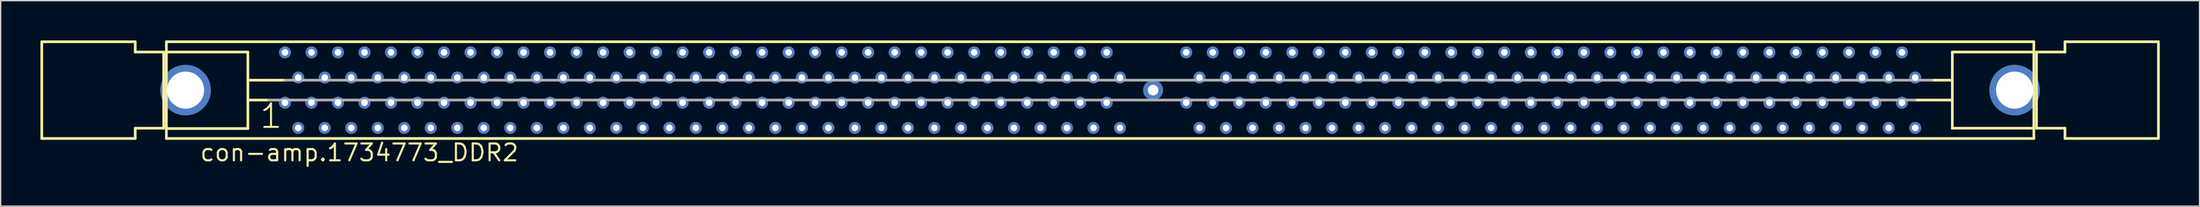
<source format=kicad_pcb>
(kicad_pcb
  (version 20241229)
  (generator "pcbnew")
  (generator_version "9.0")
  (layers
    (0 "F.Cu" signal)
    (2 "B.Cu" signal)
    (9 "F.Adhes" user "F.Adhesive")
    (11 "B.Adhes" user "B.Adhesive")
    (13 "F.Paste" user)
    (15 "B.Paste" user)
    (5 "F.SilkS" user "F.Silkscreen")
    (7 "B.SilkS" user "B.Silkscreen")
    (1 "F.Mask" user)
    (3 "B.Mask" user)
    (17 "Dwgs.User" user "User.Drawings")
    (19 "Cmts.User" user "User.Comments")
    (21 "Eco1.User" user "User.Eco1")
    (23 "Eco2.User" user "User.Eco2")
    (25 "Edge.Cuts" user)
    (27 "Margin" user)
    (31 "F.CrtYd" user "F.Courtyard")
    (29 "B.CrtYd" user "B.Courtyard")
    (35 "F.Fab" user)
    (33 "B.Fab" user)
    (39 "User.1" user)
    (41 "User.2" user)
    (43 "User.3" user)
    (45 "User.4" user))
  (footprint "con-amp.1734773_DDR2"
    (layer "F.Cu")
    (at 83.952 3.752)
    (property "Reference" "con-amp.1734773_DDR2" (at -72 5.46 0) (layer "F.SilkS") (effects (font (size 1.27 1.27) (thickness 0.16)) (justify left bottom)))
    (attr through_hole)
    (fp_line (start -83.85 -3.65) (end -76.8 -3.65) (stroke (width 0.203) (type default)) (layer "F.SilkS"))
    (fp_line (start -83.85 3.65) (end -83.85 -3.65) (stroke (width 0.203) (type default)) (layer "F.SilkS"))
    (fp_line (start -76.8 -3.65) (end -76.8 -2.875) (stroke (width 0.203) (type default)) (layer "F.SilkS"))
    (fp_line (start -76.8 -2.875) (end -74.65 -2.875) (stroke (width 0.203) (type default)) (layer "F.SilkS"))
    (fp_line (start -76.8 2.875) (end -76.8 3.65) (stroke (width 0.203) (type default)) (layer "F.SilkS"))
    (fp_line (start -76.8 3.65) (end -83.85 3.65) (stroke (width 0.203) (type default)) (layer "F.SilkS"))
    (fp_line (start -74.65 -2.875) (end -74.65 2.875) (stroke (width 0.203) (type default)) (layer "F.SilkS"))
    (fp_line (start -74.65 2.875) (end -76.8 2.875) (stroke (width 0.203) (type default)) (layer "F.SilkS"))
    (fp_line (start -74.45 -3.65) (end 66.45 -3.65) (stroke (width 0.203) (type default)) (layer "F.SilkS"))
    (fp_line (start -74.45 3.65) (end -74.45 -3.65) (stroke (width 0.203) (type default)) (layer "F.SilkS"))
    (fp_line (start -74.325 -2.875) (end -68.3 -2.875) (stroke (width 0.203) (type default)) (layer "F.SilkS"))
    (fp_line (start -68.3 -2.875) (end -68.3 2.9) (stroke (width 0.203) (type default)) (layer "F.SilkS"))
    (fp_line (start -68.3 2.9) (end -74.35 2.9) (stroke (width 0.203) (type default)) (layer "F.SilkS"))
    (fp_line (start -68.25 -0.75) (end -65.5 -0.75) (stroke (width 0.203) (type default)) (layer "F.SilkS"))
    (fp_line (start -66.75 0.75) (end -68.25 0.75) (stroke (width 0.203) (type default)) (layer "F.SilkS"))
    (fp_line (start 58.75 -0.75) (end 60.25 -0.75) (stroke (width 0.203) (type default)) (layer "F.SilkS"))
    (fp_line (start 60.25 0.75) (end 57.5 0.75) (stroke (width 0.203) (type default)) (layer "F.SilkS"))
    (fp_line (start 60.3 -2.875) (end 60.3 2.875) (stroke (width 0.203) (type default)) (layer "F.SilkS"))
    (fp_line (start 60.3 2.875) (end 66.35 2.875) (stroke (width 0.203) (type default)) (layer "F.SilkS"))
    (fp_line (start 66.35 -2.875) (end 60.3 -2.875) (stroke (width 0.203) (type default)) (layer "F.SilkS"))
    (fp_line (start 66.45 -3.65) (end 66.45 3.65) (stroke (width 0.203) (type default)) (layer "F.SilkS"))
    (fp_line (start 66.45 3.65) (end -74.45 3.65) (stroke (width 0.203) (type default)) (layer "F.SilkS"))
    (fp_line (start 66.65 -2.875) (end 68.8 -2.875) (stroke (width 0.203) (type default)) (layer "F.SilkS"))
    (fp_line (start 66.65 2.875) (end 66.65 -2.875) (stroke (width 0.203) (type default)) (layer "F.SilkS"))
    (fp_line (start 68.8 -3.65) (end 75.85 -3.65) (stroke (width 0.203) (type default)) (layer "F.SilkS"))
    (fp_line (start 68.8 -2.875) (end 68.8 -3.65) (stroke (width 0.203) (type default)) (layer "F.SilkS"))
    (fp_line (start 68.8 2.875) (end 66.65 2.875) (stroke (width 0.203) (type default)) (layer "F.SilkS"))
    (fp_line (start 68.8 3.65) (end 68.8 2.875) (stroke (width 0.203) (type default)) (layer "F.SilkS"))
    (fp_line (start 75.85 -3.65) (end 75.85 3.65) (stroke (width 0.203) (type default)) (layer "F.SilkS"))
    (fp_line (start 75.85 3.65) (end 68.8 3.65) (stroke (width 0.203) (type default)) (layer "F.SilkS"))
    (fp_line (start -65.5 -0.75) (end 58.75 -0.75) (stroke (width 0.203) (type default)) (layer "F.Fab"))
    (fp_line (start 57.5 0.75) (end -66.75 0.75) (stroke (width 0.203) (type default)) (layer "F.Fab"))
    (fp_text user "1" (at -67.5 3 0) (layer "F.SilkS") (effects (font (size 1.778 1.778) (thickness 0.15)) (justify left bottom)))
    (pad "1" thru_hole circle (at -64.5 2.85) (size 0.9 0.9) (drill 0.5) (layers "*.Cu" "*.Mask"))
    (pad "2" thru_hole circle (at -65.5 0.95) (size 0.9 0.9) (drill 0.5) (layers "*.Cu" "*.Mask"))
    (pad "3" thru_hole circle (at -62.5 2.85) (size 0.9 0.9) (drill 0.5) (layers "*.Cu" "*.Mask"))
    (pad "4" thru_hole circle (at -63.5 0.95) (size 0.9 0.9) (drill 0.5) (layers "*.Cu" "*.Mask"))
    (pad "5" thru_hole circle (at -60.5 2.85) (size 0.9 0.9) (drill 0.5) (layers "*.Cu" "*.Mask"))
    (pad "6" thru_hole circle (at -61.5 0.95) (size 0.9 0.9) (drill 0.5) (layers "*.Cu" "*.Mask"))
    (pad "7" thru_hole circle (at -58.5 2.85) (size 0.9 0.9) (drill 0.5) (layers "*.Cu" "*.Mask"))
    (pad "8" thru_hole circle (at -59.5 0.95) (size 0.9 0.9) (drill 0.5) (layers "*.Cu" "*.Mask"))
    (pad "9" thru_hole circle (at -56.5 2.85) (size 0.9 0.9) (drill 0.5) (layers "*.Cu" "*.Mask"))
    (pad "10" thru_hole circle (at -57.5 0.95) (size 0.9 0.9) (drill 0.5) (layers "*.Cu" "*.Mask"))
    (pad "11" thru_hole circle (at -54.5 2.85) (size 0.9 0.9) (drill 0.5) (layers "*.Cu" "*.Mask"))
    (pad "12" thru_hole circle (at -55.5 0.95) (size 0.9 0.9) (drill 0.5) (layers "*.Cu" "*.Mask"))
    (pad "13" thru_hole circle (at -52.5 2.85) (size 0.9 0.9) (drill 0.5) (layers "*.Cu" "*.Mask"))
    (pad "14" thru_hole circle (at -53.5 0.95) (size 0.9 0.9) (drill 0.5) (layers "*.Cu" "*.Mask"))
    (pad "15" thru_hole circle (at -50.5 2.85) (size 0.9 0.9) (drill 0.5) (layers "*.Cu" "*.Mask"))
    (pad "16" thru_hole circle (at -51.5 0.95) (size 0.9 0.9) (drill 0.5) (layers "*.Cu" "*.Mask"))
    (pad "17" thru_hole circle (at -48.5 2.85) (size 0.9 0.9) (drill 0.5) (layers "*.Cu" "*.Mask"))
    (pad "18" thru_hole circle (at -49.5 0.95) (size 0.9 0.9) (drill 0.5) (layers "*.Cu" "*.Mask"))
    (pad "19" thru_hole circle (at -46.5 2.85) (size 0.9 0.9) (drill 0.5) (layers "*.Cu" "*.Mask"))
    (pad "20" thru_hole circle (at -47.5 0.95) (size 0.9 0.9) (drill 0.5) (layers "*.Cu" "*.Mask"))
    (pad "21" thru_hole circle (at -44.5 2.85) (size 0.9 0.9) (drill 0.5) (layers "*.Cu" "*.Mask"))
    (pad "22" thru_hole circle (at -45.5 0.95) (size 0.9 0.9) (drill 0.5) (layers "*.Cu" "*.Mask"))
    (pad "23" thru_hole circle (at -42.5 2.85) (size 0.9 0.9) (drill 0.5) (layers "*.Cu" "*.Mask"))
    (pad "24" thru_hole circle (at -43.5 0.95) (size 0.9 0.9) (drill 0.5) (layers "*.Cu" "*.Mask"))
    (pad "25" thru_hole circle (at -40.5 2.85) (size 0.9 0.9) (drill 0.5) (layers "*.Cu" "*.Mask"))
    (pad "26" thru_hole circle (at -41.5 0.95) (size 0.9 0.9) (drill 0.5) (layers "*.Cu" "*.Mask"))
    (pad "27" thru_hole circle (at -38.5 2.85) (size 0.9 0.9) (drill 0.5) (layers "*.Cu" "*.Mask"))
    (pad "28" thru_hole circle (at -39.5 0.95) (size 0.9 0.9) (drill 0.5) (layers "*.Cu" "*.Mask"))
    (pad "29" thru_hole circle (at -36.5 2.85) (size 0.9 0.9) (drill 0.5) (layers "*.Cu" "*.Mask"))
    (pad "30" thru_hole circle (at -37.5 0.95) (size 0.9 0.9) (drill 0.5) (layers "*.Cu" "*.Mask"))
    (pad "31" thru_hole circle (at -34.5 2.85) (size 0.9 0.9) (drill 0.5) (layers "*.Cu" "*.Mask"))
    (pad "32" thru_hole circle (at -35.5 0.95) (size 0.9 0.9) (drill 0.5) (layers "*.Cu" "*.Mask"))
    (pad "33" thru_hole circle (at -32.5 2.85) (size 0.9 0.9) (drill 0.5) (layers "*.Cu" "*.Mask"))
    (pad "34" thru_hole circle (at -33.5 0.95) (size 0.9 0.9) (drill 0.5) (layers "*.Cu" "*.Mask"))
    (pad "35" thru_hole circle (at -30.5 2.85) (size 0.9 0.9) (drill 0.5) (layers "*.Cu" "*.Mask"))
    (pad "36" thru_hole circle (at -31.5 0.95) (size 0.9 0.9) (drill 0.5) (layers "*.Cu" "*.Mask"))
    (pad "37" thru_hole circle (at -28.5 2.85) (size 0.9 0.9) (drill 0.5) (layers "*.Cu" "*.Mask"))
    (pad "38" thru_hole circle (at -29.5 0.95) (size 0.9 0.9) (drill 0.5) (layers "*.Cu" "*.Mask"))
    (pad "39" thru_hole circle (at -26.5 2.85) (size 0.9 0.9) (drill 0.5) (layers "*.Cu" "*.Mask"))
    (pad "40" thru_hole circle (at -27.5 0.95) (size 0.9 0.9) (drill 0.5) (layers "*.Cu" "*.Mask"))
    (pad "41" thru_hole circle (at -24.5 2.85) (size 0.9 0.9) (drill 0.5) (layers "*.Cu" "*.Mask"))
    (pad "42" thru_hole circle (at -25.5 0.95) (size 0.9 0.9) (drill 0.5) (layers "*.Cu" "*.Mask"))
    (pad "43" thru_hole circle (at -22.5 2.85) (size 0.9 0.9) (drill 0.5) (layers "*.Cu" "*.Mask"))
    (pad "44" thru_hole circle (at -23.5 0.95) (size 0.9 0.9) (drill 0.5) (layers "*.Cu" "*.Mask"))
    (pad "45" thru_hole circle (at -20.5 2.85) (size 0.9 0.9) (drill 0.5) (layers "*.Cu" "*.Mask"))
    (pad "46" thru_hole circle (at -21.5 0.95) (size 0.9 0.9) (drill 0.5) (layers "*.Cu" "*.Mask"))
    (pad "47" thru_hole circle (at -18.5 2.85) (size 0.9 0.9) (drill 0.5) (layers "*.Cu" "*.Mask"))
    (pad "48" thru_hole circle (at -19.5 0.95) (size 0.9 0.9) (drill 0.5) (layers "*.Cu" "*.Mask"))
    (pad "49" thru_hole circle (at -16.5 2.85) (size 0.9 0.9) (drill 0.5) (layers "*.Cu" "*.Mask"))
    (pad "50" thru_hole circle (at -17.5 0.95) (size 0.9 0.9) (drill 0.5) (layers "*.Cu" "*.Mask"))
    (pad "51" thru_hole circle (at -14.5 2.85) (size 0.9 0.9) (drill 0.5) (layers "*.Cu" "*.Mask"))
    (pad "52" thru_hole circle (at -15.5 0.95) (size 0.9 0.9) (drill 0.5) (layers "*.Cu" "*.Mask"))
    (pad "53" thru_hole circle (at -12.5 2.85) (size 0.9 0.9) (drill 0.5) (layers "*.Cu" "*.Mask"))
    (pad "54" thru_hole circle (at -13.5 0.95) (size 0.9 0.9) (drill 0.5) (layers "*.Cu" "*.Mask"))
    (pad "55" thru_hole circle (at -10.5 2.85) (size 0.9 0.9) (drill 0.5) (layers "*.Cu" "*.Mask"))
    (pad "56" thru_hole circle (at -11.5 0.95) (size 0.9 0.9) (drill 0.5) (layers "*.Cu" "*.Mask"))
    (pad "57" thru_hole circle (at -8.5 2.85) (size 0.9 0.9) (drill 0.5) (layers "*.Cu" "*.Mask"))
    (pad "58" thru_hole circle (at -9.5 0.95) (size 0.9 0.9) (drill 0.5) (layers "*.Cu" "*.Mask"))
    (pad "59" thru_hole circle (at -6.5 2.85) (size 0.9 0.9) (drill 0.5) (layers "*.Cu" "*.Mask"))
    (pad "60" thru_hole circle (at -7.5 0.95) (size 0.9 0.9) (drill 0.5) (layers "*.Cu" "*.Mask"))
    (pad "61" thru_hole circle (at -4.5 2.85) (size 0.9 0.9) (drill 0.5) (layers "*.Cu" "*.Mask"))
    (pad "62" thru_hole circle (at -5.5 0.95) (size 0.9 0.9) (drill 0.5) (layers "*.Cu" "*.Mask"))
    (pad "63" thru_hole circle (at -2.5 2.85) (size 0.9 0.9) (drill 0.5) (layers "*.Cu" "*.Mask"))
    (pad "64" thru_hole circle (at -3.5 0.95) (size 0.9 0.9) (drill 0.5) (layers "*.Cu" "*.Mask"))
    (pad "65" thru_hole circle (at 3.5 2.85) (size 0.9 0.9) (drill 0.5) (layers "*.Cu" "*.Mask"))
    (pad "66" thru_hole circle (at 2.5 0.95) (size 0.9 0.9) (drill 0.5) (layers "*.Cu" "*.Mask"))
    (pad "67" thru_hole circle (at 5.5 2.85) (size 0.9 0.9) (drill 0.5) (layers "*.Cu" "*.Mask"))
    (pad "68" thru_hole circle (at 4.5 0.95) (size 0.9 0.9) (drill 0.5) (layers "*.Cu" "*.Mask"))
    (pad "69" thru_hole circle (at 7.5 2.85) (size 0.9 0.9) (drill 0.5) (layers "*.Cu" "*.Mask"))
    (pad "70" thru_hole circle (at 6.5 0.95) (size 0.9 0.9) (drill 0.5) (layers "*.Cu" "*.Mask"))
    (pad "71" thru_hole circle (at 9.5 2.85) (size 0.9 0.9) (drill 0.5) (layers "*.Cu" "*.Mask"))
    (pad "72" thru_hole circle (at 8.5 0.95) (size 0.9 0.9) (drill 0.5) (layers "*.Cu" "*.Mask"))
    (pad "73" thru_hole circle (at 11.5 2.85) (size 0.9 0.9) (drill 0.5) (layers "*.Cu" "*.Mask"))
    (pad "74" thru_hole circle (at 10.5 0.95) (size 0.9 0.9) (drill 0.5) (layers "*.Cu" "*.Mask"))
    (pad "75" thru_hole circle (at 13.5 2.85) (size 0.9 0.9) (drill 0.5) (layers "*.Cu" "*.Mask"))
    (pad "76" thru_hole circle (at 12.5 0.95) (size 0.9 0.9) (drill 0.5) (layers "*.Cu" "*.Mask"))
    (pad "77" thru_hole circle (at 15.5 2.85) (size 0.9 0.9) (drill 0.5) (layers "*.Cu" "*.Mask"))
    (pad "78" thru_hole circle (at 14.5 0.95) (size 0.9 0.9) (drill 0.5) (layers "*.Cu" "*.Mask"))
    (pad "79" thru_hole circle (at 17.5 2.85) (size 0.9 0.9) (drill 0.5) (layers "*.Cu" "*.Mask"))
    (pad "80" thru_hole circle (at 16.5 0.95) (size 0.9 0.9) (drill 0.5) (layers "*.Cu" "*.Mask"))
    (pad "81" thru_hole circle (at 19.5 2.85) (size 0.9 0.9) (drill 0.5) (layers "*.Cu" "*.Mask"))
    (pad "82" thru_hole circle (at 18.5 0.95) (size 0.9 0.9) (drill 0.5) (layers "*.Cu" "*.Mask"))
    (pad "83" thru_hole circle (at 21.5 2.85) (size 0.9 0.9) (drill 0.5) (layers "*.Cu" "*.Mask"))
    (pad "84" thru_hole circle (at 20.5 0.95) (size 0.9 0.9) (drill 0.5) (layers "*.Cu" "*.Mask"))
    (pad "85" thru_hole circle (at 23.5 2.85) (size 0.9 0.9) (drill 0.5) (layers "*.Cu" "*.Mask"))
    (pad "86" thru_hole circle (at 22.5 0.95) (size 0.9 0.9) (drill 0.5) (layers "*.Cu" "*.Mask"))
    (pad "87" thru_hole circle (at 25.5 2.85) (size 0.9 0.9) (drill 0.5) (layers "*.Cu" "*.Mask"))
    (pad "88" thru_hole circle (at 24.5 0.95) (size 0.9 0.9) (drill 0.5) (layers "*.Cu" "*.Mask"))
    (pad "89" thru_hole circle (at 27.5 2.85) (size 0.9 0.9) (drill 0.5) (layers "*.Cu" "*.Mask"))
    (pad "90" thru_hole circle (at 26.5 0.95) (size 0.9 0.9) (drill 0.5) (layers "*.Cu" "*.Mask"))
    (pad "91" thru_hole circle (at 29.5 2.85) (size 0.9 0.9) (drill 0.5) (layers "*.Cu" "*.Mask"))
    (pad "92" thru_hole circle (at 28.5 0.95) (size 0.9 0.9) (drill 0.5) (layers "*.Cu" "*.Mask"))
    (pad "93" thru_hole circle (at 31.5 2.85) (size 0.9 0.9) (drill 0.5) (layers "*.Cu" "*.Mask"))
    (pad "94" thru_hole circle (at 30.5 0.95) (size 0.9 0.9) (drill 0.5) (layers "*.Cu" "*.Mask"))
    (pad "95" thru_hole circle (at 33.5 2.85) (size 0.9 0.9) (drill 0.5) (layers "*.Cu" "*.Mask"))
    (pad "96" thru_hole circle (at 32.5 0.95) (size 0.9 0.9) (drill 0.5) (layers "*.Cu" "*.Mask"))
    (pad "97" thru_hole circle (at 35.5 2.85) (size 0.9 0.9) (drill 0.5) (layers "*.Cu" "*.Mask"))
    (pad "98" thru_hole circle (at 34.5 0.95) (size 0.9 0.9) (drill 0.5) (layers "*.Cu" "*.Mask"))
    (pad "99" thru_hole circle (at 37.5 2.85) (size 0.9 0.9) (drill 0.5) (layers "*.Cu" "*.Mask"))
    (pad "100" thru_hole circle (at 36.5 0.95) (size 0.9 0.9) (drill 0.5) (layers "*.Cu" "*.Mask"))
    (pad "101" thru_hole circle (at 39.5 2.85) (size 0.9 0.9) (drill 0.5) (layers "*.Cu" "*.Mask"))
    (pad "102" thru_hole circle (at 38.5 0.95) (size 0.9 0.9) (drill 0.5) (layers "*.Cu" "*.Mask"))
    (pad "103" thru_hole circle (at 41.5 2.85) (size 0.9 0.9) (drill 0.5) (layers "*.Cu" "*.Mask"))
    (pad "104" thru_hole circle (at 40.5 0.95) (size 0.9 0.9) (drill 0.5) (layers "*.Cu" "*.Mask"))
    (pad "105" thru_hole circle (at 43.5 2.85) (size 0.9 0.9) (drill 0.5) (layers "*.Cu" "*.Mask"))
    (pad "106" thru_hole circle (at 42.5 0.95) (size 0.9 0.9) (drill 0.5) (layers "*.Cu" "*.Mask"))
    (pad "107" thru_hole circle (at 45.5 2.85) (size 0.9 0.9) (drill 0.5) (layers "*.Cu" "*.Mask"))
    (pad "108" thru_hole circle (at 44.5 0.95) (size 0.9 0.9) (drill 0.5) (layers "*.Cu" "*.Mask"))
    (pad "109" thru_hole circle (at 47.5 2.85) (size 0.9 0.9) (drill 0.5) (layers "*.Cu" "*.Mask"))
    (pad "110" thru_hole circle (at 46.5 0.95) (size 0.9 0.9) (drill 0.5) (layers "*.Cu" "*.Mask"))
    (pad "111" thru_hole circle (at 49.5 2.85) (size 0.9 0.9) (drill 0.5) (layers "*.Cu" "*.Mask"))
    (pad "112" thru_hole circle (at 48.5 0.95) (size 0.9 0.9) (drill 0.5) (layers "*.Cu" "*.Mask"))
    (pad "113" thru_hole circle (at 51.5 2.85) (size 0.9 0.9) (drill 0.5) (layers "*.Cu" "*.Mask"))
    (pad "114" thru_hole circle (at 50.5 0.95) (size 0.9 0.9) (drill 0.5) (layers "*.Cu" "*.Mask"))
    (pad "115" thru_hole circle (at 53.5 2.85) (size 0.9 0.9) (drill 0.5) (layers "*.Cu" "*.Mask"))
    (pad "116" thru_hole circle (at 52.5 0.95) (size 0.9 0.9) (drill 0.5) (layers "*.Cu" "*.Mask"))
    (pad "117" thru_hole circle (at 55.5 2.85) (size 0.9 0.9) (drill 0.5) (layers "*.Cu" "*.Mask"))
    (pad "118" thru_hole circle (at 54.5 0.95) (size 0.9 0.9) (drill 0.5) (layers "*.Cu" "*.Mask"))
    (pad "119" thru_hole circle (at 57.5 2.85) (size 0.9 0.9) (drill 0.5) (layers "*.Cu" "*.Mask"))
    (pad "120" thru_hole circle (at 56.5 0.95) (size 0.9 0.9) (drill 0.5) (layers "*.Cu" "*.Mask"))
    (pad "121" thru_hole circle (at -64.5 -0.95) (size 0.9 0.9) (drill 0.5) (layers "*.Cu" "*.Mask"))
    (pad "122" thru_hole circle (at -65.5 -2.85) (size 0.9 0.9) (drill 0.5) (layers "*.Cu" "*.Mask"))
    (pad "123" thru_hole circle (at -62.5 -0.95) (size 0.9 0.9) (drill 0.5) (layers "*.Cu" "*.Mask"))
    (pad "124" thru_hole circle (at -63.5 -2.85) (size 0.9 0.9) (drill 0.5) (layers "*.Cu" "*.Mask"))
    (pad "125" thru_hole circle (at -60.5 -0.95) (size 0.9 0.9) (drill 0.5) (layers "*.Cu" "*.Mask"))
    (pad "126" thru_hole circle (at -61.5 -2.85) (size 0.9 0.9) (drill 0.5) (layers "*.Cu" "*.Mask"))
    (pad "127" thru_hole circle (at -58.5 -0.95) (size 0.9 0.9) (drill 0.5) (layers "*.Cu" "*.Mask"))
    (pad "128" thru_hole circle (at -59.5 -2.85) (size 0.9 0.9) (drill 0.5) (layers "*.Cu" "*.Mask"))
    (pad "129" thru_hole circle (at -56.5 -0.95) (size 0.9 0.9) (drill 0.5) (layers "*.Cu" "*.Mask"))
    (pad "130" thru_hole circle (at -57.5 -2.85) (size 0.9 0.9) (drill 0.5) (layers "*.Cu" "*.Mask"))
    (pad "131" thru_hole circle (at -54.5 -0.95) (size 0.9 0.9) (drill 0.5) (layers "*.Cu" "*.Mask"))
    (pad "132" thru_hole circle (at -55.5 -2.85) (size 0.9 0.9) (drill 0.5) (layers "*.Cu" "*.Mask"))
    (pad "133" thru_hole circle (at -52.5 -0.95) (size 0.9 0.9) (drill 0.5) (layers "*.Cu" "*.Mask"))
    (pad "134" thru_hole circle (at -53.5 -2.85) (size 0.9 0.9) (drill 0.5) (layers "*.Cu" "*.Mask"))
    (pad "135" thru_hole circle (at -50.5 -0.95) (size 0.9 0.9) (drill 0.5) (layers "*.Cu" "*.Mask"))
    (pad "136" thru_hole circle (at -51.5 -2.85) (size 0.9 0.9) (drill 0.5) (layers "*.Cu" "*.Mask"))
    (pad "137" thru_hole circle (at -48.5 -0.95) (size 0.9 0.9) (drill 0.5) (layers "*.Cu" "*.Mask"))
    (pad "138" thru_hole circle (at -49.5 -2.85) (size 0.9 0.9) (drill 0.5) (layers "*.Cu" "*.Mask"))
    (pad "139" thru_hole circle (at -46.5 -0.95) (size 0.9 0.9) (drill 0.5) (layers "*.Cu" "*.Mask"))
    (pad "140" thru_hole circle (at -47.5 -2.85) (size 0.9 0.9) (drill 0.5) (layers "*.Cu" "*.Mask"))
    (pad "141" thru_hole circle (at -44.5 -0.95) (size 0.9 0.9) (drill 0.5) (layers "*.Cu" "*.Mask"))
    (pad "142" thru_hole circle (at -45.5 -2.85) (size 0.9 0.9) (drill 0.5) (layers "*.Cu" "*.Mask"))
    (pad "143" thru_hole circle (at -42.5 -0.95) (size 0.9 0.9) (drill 0.5) (layers "*.Cu" "*.Mask"))
    (pad "144" thru_hole circle (at -43.5 -2.85) (size 0.9 0.9) (drill 0.5) (layers "*.Cu" "*.Mask"))
    (pad "145" thru_hole circle (at -40.5 -0.95) (size 0.9 0.9) (drill 0.5) (layers "*.Cu" "*.Mask"))
    (pad "146" thru_hole circle (at -41.5 -2.85) (size 0.9 0.9) (drill 0.5) (layers "*.Cu" "*.Mask"))
    (pad "147" thru_hole circle (at -38.5 -0.95) (size 0.9 0.9) (drill 0.5) (layers "*.Cu" "*.Mask"))
    (pad "148" thru_hole circle (at -39.5 -2.85) (size 0.9 0.9) (drill 0.5) (layers "*.Cu" "*.Mask"))
    (pad "149" thru_hole circle (at -36.5 -0.95) (size 0.9 0.9) (drill 0.5) (layers "*.Cu" "*.Mask"))
    (pad "150" thru_hole circle (at -37.5 -2.85) (size 0.9 0.9) (drill 0.5) (layers "*.Cu" "*.Mask"))
    (pad "151" thru_hole circle (at -34.5 -0.95) (size 0.9 0.9) (drill 0.5) (layers "*.Cu" "*.Mask"))
    (pad "152" thru_hole circle (at -35.5 -2.85) (size 0.9 0.9) (drill 0.5) (layers "*.Cu" "*.Mask"))
    (pad "153" thru_hole circle (at -32.5 -0.95) (size 0.9 0.9) (drill 0.5) (layers "*.Cu" "*.Mask"))
    (pad "154" thru_hole circle (at -33.5 -2.85) (size 0.9 0.9) (drill 0.5) (layers "*.Cu" "*.Mask"))
    (pad "155" thru_hole circle (at -30.5 -0.95) (size 0.9 0.9) (drill 0.5) (layers "*.Cu" "*.Mask"))
    (pad "156" thru_hole circle (at -31.5 -2.85) (size 0.9 0.9) (drill 0.5) (layers "*.Cu" "*.Mask"))
    (pad "157" thru_hole circle (at -28.5 -0.95) (size 0.9 0.9) (drill 0.5) (layers "*.Cu" "*.Mask"))
    (pad "158" thru_hole circle (at -29.5 -2.85) (size 0.9 0.9) (drill 0.5) (layers "*.Cu" "*.Mask"))
    (pad "159" thru_hole circle (at -26.5 -0.95) (size 0.9 0.9) (drill 0.5) (layers "*.Cu" "*.Mask"))
    (pad "160" thru_hole circle (at -27.5 -2.85) (size 0.9 0.9) (drill 0.5) (layers "*.Cu" "*.Mask"))
    (pad "161" thru_hole circle (at -24.5 -0.95) (size 0.9 0.9) (drill 0.5) (layers "*.Cu" "*.Mask"))
    (pad "162" thru_hole circle (at -25.5 -2.85) (size 0.9 0.9) (drill 0.5) (layers "*.Cu" "*.Mask"))
    (pad "163" thru_hole circle (at -22.5 -0.95) (size 0.9 0.9) (drill 0.5) (layers "*.Cu" "*.Mask"))
    (pad "164" thru_hole circle (at -23.5 -2.85) (size 0.9 0.9) (drill 0.5) (layers "*.Cu" "*.Mask"))
    (pad "165" thru_hole circle (at -20.5 -0.95) (size 0.9 0.9) (drill 0.5) (layers "*.Cu" "*.Mask"))
    (pad "166" thru_hole circle (at -21.5 -2.85) (size 0.9 0.9) (drill 0.5) (layers "*.Cu" "*.Mask"))
    (pad "167" thru_hole circle (at -18.5 -0.95) (size 0.9 0.9) (drill 0.5) (layers "*.Cu" "*.Mask"))
    (pad "168" thru_hole circle (at -19.5 -2.85) (size 0.9 0.9) (drill 0.5) (layers "*.Cu" "*.Mask"))
    (pad "169" thru_hole circle (at -16.5 -0.95) (size 0.9 0.9) (drill 0.5) (layers "*.Cu" "*.Mask"))
    (pad "170" thru_hole circle (at -17.5 -2.85) (size 0.9 0.9) (drill 0.5) (layers "*.Cu" "*.Mask"))
    (pad "171" thru_hole circle (at -14.5 -0.95) (size 0.9 0.9) (drill 0.5) (layers "*.Cu" "*.Mask"))
    (pad "172" thru_hole circle (at -15.5 -2.85) (size 0.9 0.9) (drill 0.5) (layers "*.Cu" "*.Mask"))
    (pad "173" thru_hole circle (at -12.5 -0.95) (size 0.9 0.9) (drill 0.5) (layers "*.Cu" "*.Mask"))
    (pad "174" thru_hole circle (at -13.5 -2.85) (size 0.9 0.9) (drill 0.5) (layers "*.Cu" "*.Mask"))
    (pad "175" thru_hole circle (at -10.5 -0.95) (size 0.9 0.9) (drill 0.5) (layers "*.Cu" "*.Mask"))
    (pad "176" thru_hole circle (at -11.5 -2.85) (size 0.9 0.9) (drill 0.5) (layers "*.Cu" "*.Mask"))
    (pad "177" thru_hole circle (at -8.5 -0.95) (size 0.9 0.9) (drill 0.5) (layers "*.Cu" "*.Mask"))
    (pad "178" thru_hole circle (at -9.5 -2.85) (size 0.9 0.9) (drill 0.5) (layers "*.Cu" "*.Mask"))
    (pad "179" thru_hole circle (at -6.5 -0.95) (size 0.9 0.9) (drill 0.5) (layers "*.Cu" "*.Mask"))
    (pad "180" thru_hole circle (at -7.5 -2.85) (size 0.9 0.9) (drill 0.5) (layers "*.Cu" "*.Mask"))
    (pad "181" thru_hole circle (at -4.5 -0.95) (size 0.9 0.9) (drill 0.5) (layers "*.Cu" "*.Mask"))
    (pad "182" thru_hole circle (at -5.5 -2.85) (size 0.9 0.9) (drill 0.5) (layers "*.Cu" "*.Mask"))
    (pad "183" thru_hole circle (at -2.5 -0.95) (size 0.9 0.9) (drill 0.5) (layers "*.Cu" "*.Mask"))
    (pad "184" thru_hole circle (at -3.5 -2.85) (size 0.9 0.9) (drill 0.5) (layers "*.Cu" "*.Mask"))
    (pad "185" thru_hole circle (at 3.5 -0.95) (size 0.9 0.9) (drill 0.5) (layers "*.Cu" "*.Mask"))
    (pad "186" thru_hole circle (at 2.5 -2.85) (size 0.9 0.9) (drill 0.5) (layers "*.Cu" "*.Mask"))
    (pad "187" thru_hole circle (at 5.5 -0.95) (size 0.9 0.9) (drill 0.5) (layers "*.Cu" "*.Mask"))
    (pad "188" thru_hole circle (at 4.5 -2.85) (size 0.9 0.9) (drill 0.5) (layers "*.Cu" "*.Mask"))
    (pad "189" thru_hole circle (at 7.5 -0.95) (size 0.9 0.9) (drill 0.5) (layers "*.Cu" "*.Mask"))
    (pad "190" thru_hole circle (at 6.5 -2.85) (size 0.9 0.9) (drill 0.5) (layers "*.Cu" "*.Mask"))
    (pad "191" thru_hole circle (at 9.5 -0.95) (size 0.9 0.9) (drill 0.5) (layers "*.Cu" "*.Mask"))
    (pad "192" thru_hole circle (at 8.5 -2.85) (size 0.9 0.9) (drill 0.5) (layers "*.Cu" "*.Mask"))
    (pad "193" thru_hole circle (at 11.5 -0.95) (size 0.9 0.9) (drill 0.5) (layers "*.Cu" "*.Mask"))
    (pad "194" thru_hole circle (at 10.5 -2.85) (size 0.9 0.9) (drill 0.5) (layers "*.Cu" "*.Mask"))
    (pad "195" thru_hole circle (at 13.5 -0.95) (size 0.9 0.9) (drill 0.5) (layers "*.Cu" "*.Mask"))
    (pad "196" thru_hole circle (at 12.5 -2.85) (size 0.9 0.9) (drill 0.5) (layers "*.Cu" "*.Mask"))
    (pad "197" thru_hole circle (at 15.5 -0.95) (size 0.9 0.9) (drill 0.5) (layers "*.Cu" "*.Mask"))
    (pad "198" thru_hole circle (at 14.5 -2.85) (size 0.9 0.9) (drill 0.5) (layers "*.Cu" "*.Mask"))
    (pad "199" thru_hole circle (at 17.5 -0.95) (size 0.9 0.9) (drill 0.5) (layers "*.Cu" "*.Mask"))
    (pad "200" thru_hole circle (at 16.5 -2.85) (size 0.9 0.9) (drill 0.5) (layers "*.Cu" "*.Mask"))
    (pad "201" thru_hole circle (at 19.5 -0.95) (size 0.9 0.9) (drill 0.5) (layers "*.Cu" "*.Mask"))
    (pad "202" thru_hole circle (at 18.5 -2.85) (size 0.9 0.9) (drill 0.5) (layers "*.Cu" "*.Mask"))
    (pad "203" thru_hole circle (at 21.5 -0.95) (size 0.9 0.9) (drill 0.5) (layers "*.Cu" "*.Mask"))
    (pad "204" thru_hole circle (at 20.5 -2.85) (size 0.9 0.9) (drill 0.5) (layers "*.Cu" "*.Mask"))
    (pad "205" thru_hole circle (at 23.5 -0.95) (size 0.9 0.9) (drill 0.5) (layers "*.Cu" "*.Mask"))
    (pad "206" thru_hole circle (at 22.5 -2.85) (size 0.9 0.9) (drill 0.5) (layers "*.Cu" "*.Mask"))
    (pad "207" thru_hole circle (at 25.5 -0.95) (size 0.9 0.9) (drill 0.5) (layers "*.Cu" "*.Mask"))
    (pad "208" thru_hole circle (at 24.5 -2.85) (size 0.9 0.9) (drill 0.5) (layers "*.Cu" "*.Mask"))
    (pad "209" thru_hole circle (at 27.5 -0.95) (size 0.9 0.9) (drill 0.5) (layers "*.Cu" "*.Mask"))
    (pad "210" thru_hole circle (at 26.5 -2.85) (size 0.9 0.9) (drill 0.5) (layers "*.Cu" "*.Mask"))
    (pad "211" thru_hole circle (at 29.5 -0.95) (size 0.9 0.9) (drill 0.5) (layers "*.Cu" "*.Mask"))
    (pad "212" thru_hole circle (at 28.5 -2.85) (size 0.9 0.9) (drill 0.5) (layers "*.Cu" "*.Mask"))
    (pad "213" thru_hole circle (at 31.5 -0.95) (size 0.9 0.9) (drill 0.5) (layers "*.Cu" "*.Mask"))
    (pad "214" thru_hole circle (at 30.5 -2.85) (size 0.9 0.9) (drill 0.5) (layers "*.Cu" "*.Mask"))
    (pad "215" thru_hole circle (at 33.5 -0.95) (size 0.9 0.9) (drill 0.5) (layers "*.Cu" "*.Mask"))
    (pad "216" thru_hole circle (at 32.5 -2.85) (size 0.9 0.9) (drill 0.5) (layers "*.Cu" "*.Mask"))
    (pad "217" thru_hole circle (at 35.5 -0.95) (size 0.9 0.9) (drill 0.5) (layers "*.Cu" "*.Mask"))
    (pad "218" thru_hole circle (at 34.5 -2.85) (size 0.9 0.9) (drill 0.5) (layers "*.Cu" "*.Mask"))
    (pad "219" thru_hole circle (at 37.5 -0.95) (size 0.9 0.9) (drill 0.5) (layers "*.Cu" "*.Mask"))
    (pad "220" thru_hole circle (at 36.5 -2.85) (size 0.9 0.9) (drill 0.5) (layers "*.Cu" "*.Mask"))
    (pad "221" thru_hole circle (at 39.5 -0.95) (size 0.9 0.9) (drill 0.5) (layers "*.Cu" "*.Mask"))
    (pad "222" thru_hole circle (at 38.5 -2.85) (size 0.9 0.9) (drill 0.5) (layers "*.Cu" "*.Mask"))
    (pad "223" thru_hole circle (at 41.5 -0.95) (size 0.9 0.9) (drill 0.5) (layers "*.Cu" "*.Mask"))
    (pad "224" thru_hole circle (at 40.5 -2.85) (size 0.9 0.9) (drill 0.5) (layers "*.Cu" "*.Mask"))
    (pad "225" thru_hole circle (at 43.5 -0.95) (size 0.9 0.9) (drill 0.5) (layers "*.Cu" "*.Mask"))
    (pad "226" thru_hole circle (at 42.5 -2.85) (size 0.9 0.9) (drill 0.5) (layers "*.Cu" "*.Mask"))
    (pad "227" thru_hole circle (at 45.5 -0.95) (size 0.9 0.9) (drill 0.5) (layers "*.Cu" "*.Mask"))
    (pad "228" thru_hole circle (at 44.5 -2.85) (size 0.9 0.9) (drill 0.5) (layers "*.Cu" "*.Mask"))
    (pad "229" thru_hole circle (at 47.5 -0.95) (size 0.9 0.9) (drill 0.5) (layers "*.Cu" "*.Mask"))
    (pad "230" thru_hole circle (at 46.5 -2.85) (size 0.9 0.9) (drill 0.5) (layers "*.Cu" "*.Mask"))
    (pad "231" thru_hole circle (at 49.5 -0.95) (size 0.9 0.9) (drill 0.5) (layers "*.Cu" "*.Mask"))
    (pad "232" thru_hole circle (at 48.5 -2.85) (size 0.9 0.9) (drill 0.5) (layers "*.Cu" "*.Mask"))
    (pad "233" thru_hole circle (at 51.5 -0.95) (size 0.9 0.9) (drill 0.5) (layers "*.Cu" "*.Mask"))
    (pad "234" thru_hole circle (at 50.5 -2.85) (size 0.9 0.9) (drill 0.5) (layers "*.Cu" "*.Mask"))
    (pad "235" thru_hole circle (at 53.5 -0.95) (size 0.9 0.9) (drill 0.5) (layers "*.Cu" "*.Mask"))
    (pad "236" thru_hole circle (at 52.5 -2.85) (size 0.9 0.9) (drill 0.5) (layers "*.Cu" "*.Mask"))
    (pad "237" thru_hole circle (at 55.5 -0.95) (size 0.9 0.9) (drill 0.5) (layers "*.Cu" "*.Mask"))
    (pad "238" thru_hole circle (at 54.5 -2.85) (size 0.9 0.9) (drill 0.5) (layers "*.Cu" "*.Mask"))
    (pad "239" thru_hole circle (at 57.5 -0.95) (size 0.9 0.9) (drill 0.5) (layers "*.Cu" "*.Mask"))
    (pad "240" thru_hole circle (at 56.5 -2.85) (size 0.9 0.9) (drill 0.5) (layers "*.Cu" "*.Mask"))
    (pad "M1" thru_hole circle (at -73 0) (size 3.81 3.81) (drill 2.8) (layers "*.Cu" "*.Mask"))
    (pad "M2" thru_hole circle (at 0 0) (size 1.5 1.5) (drill 0.8) (layers "*.Cu" "*.Mask"))
    (pad "M3" thru_hole circle (at 65 0) (size 3.81 3.81) (drill 2.8) (layers "*.Cu" "*.Mask")))
  (gr_rect
    (start -3 -3)
    (end 162.903 12.509)
    (stroke (width 0.1) (type default))
    (fill no)
    (layer "Edge.Cuts")))
</source>
